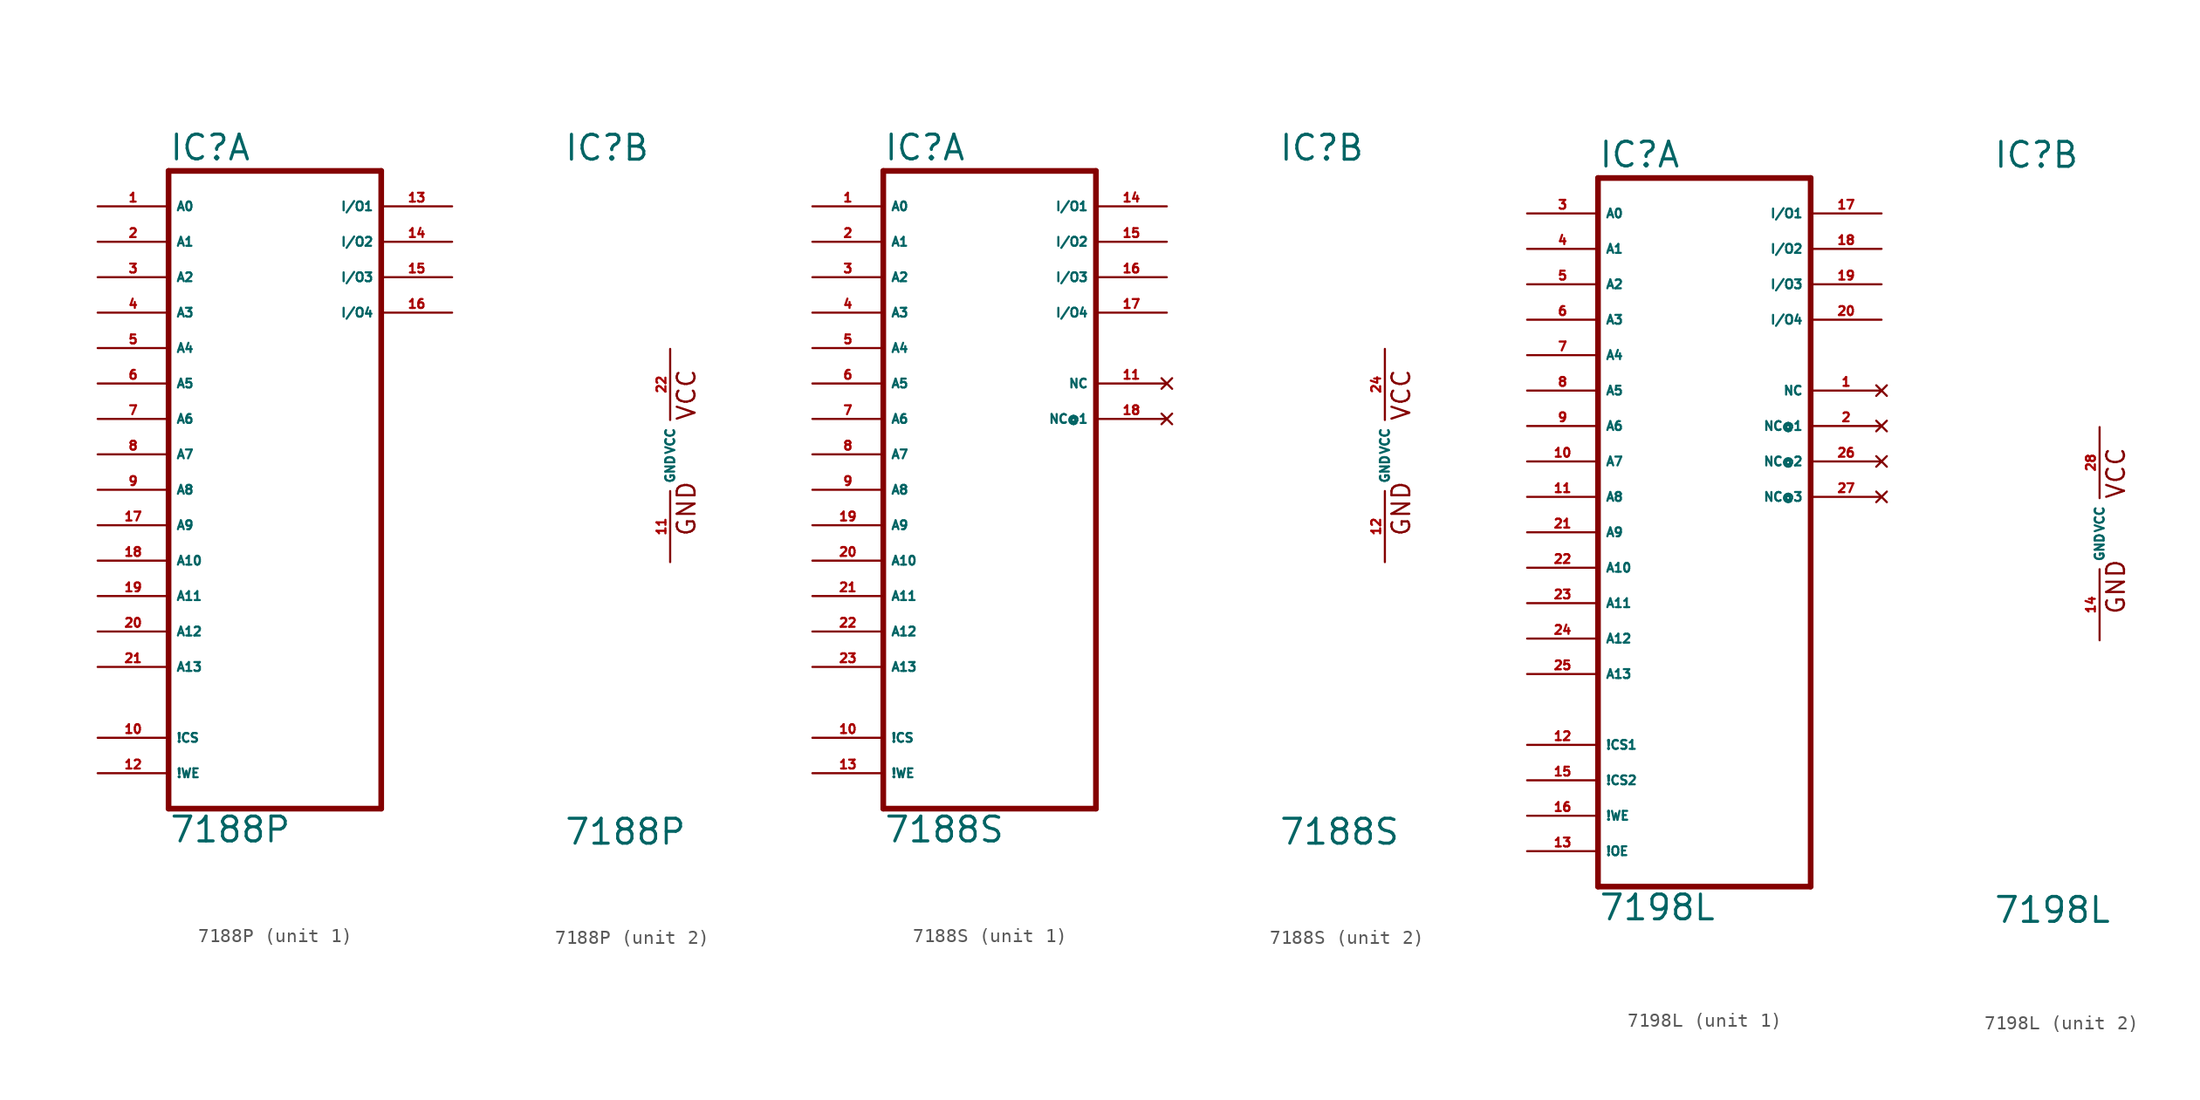
<source format=kicad_sym>
(kicad_symbol_lib
  (version 20220914)
  (generator Eagle2Kicad)
  (symbol "7188P"
    (property "Reference" "IC"
      (at -7.62 20.955 0)
      (effects (font (size 1.778 1.778) (thickness 0.22)) (justify left bottom)))
    (property "Value" "7188P"
      (at -7.62 -27.94 0)
      (effects (font (size 1.778 1.778) (thickness 0.22)) (justify left bottom)))
    (symbol "7188P_1_0"
      (polyline (pts (xy -7.62 -25.4) (xy 7.62 -25.4)) (stroke (width 0.406) (type default)) (fill (type none)))
      (polyline (pts (xy 7.62 -25.4) (xy 7.62 20.32)) (stroke (width 0.406) (type default)) (fill (type none)))
      (polyline (pts (xy 7.62 20.32) (xy -7.62 20.32)) (stroke (width 0.406) (type default)) (fill (type none)))
      (polyline (pts (xy -7.62 20.32) (xy -7.62 -25.4)) (stroke (width 0.406) (type default)) (fill (type none)))
      (pin input line (at -12.7 17.78 0) (length 5.08) (name "A0" (effects (font (size 0.635 0.635) (thickness 0.08)) (justify left bottom))) (number "1" (effects (font (size 0.635 0.635) (thickness 0.08)) (justify left bottom))))
      (pin input line (at -12.7 15.24 0) (length 5.08) (name "A1" (effects (font (size 0.635 0.635) (thickness 0.08)) (justify left bottom))) (number "2" (effects (font (size 0.635 0.635) (thickness 0.08)) (justify left bottom))))
      (pin input line (at -12.7 12.7 0) (length 5.08) (name "A2" (effects (font (size 0.635 0.635) (thickness 0.08)) (justify left bottom))) (number "3" (effects (font (size 0.635 0.635) (thickness 0.08)) (justify left bottom))))
      (pin input line (at -12.7 10.16 0) (length 5.08) (name "A3" (effects (font (size 0.635 0.635) (thickness 0.08)) (justify left bottom))) (number "4" (effects (font (size 0.635 0.635) (thickness 0.08)) (justify left bottom))))
      (pin input line (at -12.7 7.62 0) (length 5.08) (name "A4" (effects (font (size 0.635 0.635) (thickness 0.08)) (justify left bottom))) (number "5" (effects (font (size 0.635 0.635) (thickness 0.08)) (justify left bottom))))
      (pin input line (at -12.7 5.08 0) (length 5.08) (name "A5" (effects (font (size 0.635 0.635) (thickness 0.08)) (justify left bottom))) (number "6" (effects (font (size 0.635 0.635) (thickness 0.08)) (justify left bottom))))
      (pin input line (at -12.7 2.54 0) (length 5.08) (name "A6" (effects (font (size 0.635 0.635) (thickness 0.08)) (justify left bottom))) (number "7" (effects (font (size 0.635 0.635) (thickness 0.08)) (justify left bottom))))
      (pin input line (at -12.7 0 0) (length 5.08) (name "A7" (effects (font (size 0.635 0.635) (thickness 0.08)) (justify left bottom))) (number "8" (effects (font (size 0.635 0.635) (thickness 0.08)) (justify left bottom))))
      (pin input line (at -12.7 -2.54 0) (length 5.08) (name "A8" (effects (font (size 0.635 0.635) (thickness 0.08)) (justify left bottom))) (number "9" (effects (font (size 0.635 0.635) (thickness 0.08)) (justify left bottom))))
      (pin input line (at -12.7 -5.08 0) (length 5.08) (name "A9" (effects (font (size 0.635 0.635) (thickness 0.08)) (justify left bottom))) (number "17" (effects (font (size 0.635 0.635) (thickness 0.08)) (justify left bottom))))
      (pin input line (at -12.7 -7.62 0) (length 5.08) (name "A10" (effects (font (size 0.635 0.635) (thickness 0.08)) (justify left bottom))) (number "18" (effects (font (size 0.635 0.635) (thickness 0.08)) (justify left bottom))))
      (pin input line (at -12.7 -10.16 0) (length 5.08) (name "A11" (effects (font (size 0.635 0.635) (thickness 0.08)) (justify left bottom))) (number "19" (effects (font (size 0.635 0.635) (thickness 0.08)) (justify left bottom))))
      (pin input line (at -12.7 -12.7 0) (length 5.08) (name "A12" (effects (font (size 0.635 0.635) (thickness 0.08)) (justify left bottom))) (number "20" (effects (font (size 0.635 0.635) (thickness 0.08)) (justify left bottom))))
      (pin input line (at -12.7 -15.24 0) (length 5.08) (name "A13" (effects (font (size 0.635 0.635) (thickness 0.08)) (justify left bottom))) (number "21" (effects (font (size 0.635 0.635) (thickness 0.08)) (justify left bottom))))
      (pin input line (at -12.7 -20.32 0) (length 5.08) (name "!CS" (effects (font (size 0.635 0.635) (thickness 0.08)) (justify left bottom))) (number "10" (effects (font (size 0.635 0.635) (thickness 0.08)) (justify left bottom))))
      (pin input line (at -12.7 -22.86 0) (length 5.08) (name "!WE" (effects (font (size 0.635 0.635) (thickness 0.08)) (justify left bottom))) (number "12" (effects (font (size 0.635 0.635) (thickness 0.08)) (justify left bottom))))
      (pin bidirectional line (at 12.7 17.78 180) (length 5.08) (name "I/O1" (effects (font (size 0.635 0.635) (thickness 0.08)) (justify left bottom))) (number "13" (effects (font (size 0.635 0.635) (thickness 0.08)) (justify left bottom))))
      (pin bidirectional line (at 12.7 15.24 180) (length 5.08) (name "I/O2" (effects (font (size 0.635 0.635) (thickness 0.08)) (justify left bottom))) (number "14" (effects (font (size 0.635 0.635) (thickness 0.08)) (justify left bottom))))
      (pin bidirectional line (at 12.7 12.7 180) (length 5.08) (name "I/O3" (effects (font (size 0.635 0.635) (thickness 0.08)) (justify left bottom))) (number "15" (effects (font (size 0.635 0.635) (thickness 0.08)) (justify left bottom))))
      (pin bidirectional line (at 12.7 10.16 180) (length 5.08) (name "I/O4" (effects (font (size 0.635 0.635) (thickness 0.08)) (justify left bottom))) (number "16" (effects (font (size 0.635 0.635) (thickness 0.08)) (justify left bottom)))))
    (symbol "7188P_2_0"
      (text "GND" (at 1.905 -5.842 900) (effects (font (size 1.27 1.27) (thickness 0.16)) (justify left bottom)))
      (text "VCC" (at 1.905 2.413 900) (effects (font (size 1.27 1.27) (thickness 0.16)) (justify left bottom)))
      (pin unspecified line (at 0 7.62 270) (length 5.08) (name "VCC" (effects (font (size 0.635 0.635) (thickness 0.08)) (justify left bottom))) (number "22" (effects (font (size 0.635 0.635) (thickness 0.08)) (justify left bottom))))
      (pin unspecified line (at 0 -7.62 90) (length 5.08) (name "GND" (effects (font (size 0.635 0.635) (thickness 0.08)) (justify left bottom))) (number "11" (effects (font (size 0.635 0.635) (thickness 0.08)) (justify left bottom))))))
  (symbol "7188S"
    (property "Reference" "IC"
      (at -7.62 20.955 0)
      (effects (font (size 1.778 1.778) (thickness 0.22)) (justify left bottom)))
    (property "Value" "7188S"
      (at -7.62 -27.94 0)
      (effects (font (size 1.778 1.778) (thickness 0.22)) (justify left bottom)))
    (symbol "7188S_1_0"
      (polyline (pts (xy -7.62 -25.4) (xy 7.62 -25.4)) (stroke (width 0.406) (type default)) (fill (type none)))
      (polyline (pts (xy 7.62 -25.4) (xy 7.62 20.32)) (stroke (width 0.406) (type default)) (fill (type none)))
      (polyline (pts (xy 7.62 20.32) (xy -7.62 20.32)) (stroke (width 0.406) (type default)) (fill (type none)))
      (polyline (pts (xy -7.62 20.32) (xy -7.62 -25.4)) (stroke (width 0.406) (type default)) (fill (type none)))
      (pin input line (at -12.7 17.78 0) (length 5.08) (name "A0" (effects (font (size 0.635 0.635) (thickness 0.08)) (justify left bottom))) (number "1" (effects (font (size 0.635 0.635) (thickness 0.08)) (justify left bottom))))
      (pin input line (at -12.7 15.24 0) (length 5.08) (name "A1" (effects (font (size 0.635 0.635) (thickness 0.08)) (justify left bottom))) (number "2" (effects (font (size 0.635 0.635) (thickness 0.08)) (justify left bottom))))
      (pin input line (at -12.7 12.7 0) (length 5.08) (name "A2" (effects (font (size 0.635 0.635) (thickness 0.08)) (justify left bottom))) (number "3" (effects (font (size 0.635 0.635) (thickness 0.08)) (justify left bottom))))
      (pin input line (at -12.7 10.16 0) (length 5.08) (name "A3" (effects (font (size 0.635 0.635) (thickness 0.08)) (justify left bottom))) (number "4" (effects (font (size 0.635 0.635) (thickness 0.08)) (justify left bottom))))
      (pin input line (at -12.7 7.62 0) (length 5.08) (name "A4" (effects (font (size 0.635 0.635) (thickness 0.08)) (justify left bottom))) (number "5" (effects (font (size 0.635 0.635) (thickness 0.08)) (justify left bottom))))
      (pin input line (at -12.7 5.08 0) (length 5.08) (name "A5" (effects (font (size 0.635 0.635) (thickness 0.08)) (justify left bottom))) (number "6" (effects (font (size 0.635 0.635) (thickness 0.08)) (justify left bottom))))
      (pin input line (at -12.7 2.54 0) (length 5.08) (name "A6" (effects (font (size 0.635 0.635) (thickness 0.08)) (justify left bottom))) (number "7" (effects (font (size 0.635 0.635) (thickness 0.08)) (justify left bottom))))
      (pin input line (at -12.7 0 0) (length 5.08) (name "A7" (effects (font (size 0.635 0.635) (thickness 0.08)) (justify left bottom))) (number "8" (effects (font (size 0.635 0.635) (thickness 0.08)) (justify left bottom))))
      (pin input line (at -12.7 -2.54 0) (length 5.08) (name "A8" (effects (font (size 0.635 0.635) (thickness 0.08)) (justify left bottom))) (number "9" (effects (font (size 0.635 0.635) (thickness 0.08)) (justify left bottom))))
      (pin input line (at -12.7 -5.08 0) (length 5.08) (name "A9" (effects (font (size 0.635 0.635) (thickness 0.08)) (justify left bottom))) (number "19" (effects (font (size 0.635 0.635) (thickness 0.08)) (justify left bottom))))
      (pin input line (at -12.7 -7.62 0) (length 5.08) (name "A10" (effects (font (size 0.635 0.635) (thickness 0.08)) (justify left bottom))) (number "20" (effects (font (size 0.635 0.635) (thickness 0.08)) (justify left bottom))))
      (pin input line (at -12.7 -10.16 0) (length 5.08) (name "A11" (effects (font (size 0.635 0.635) (thickness 0.08)) (justify left bottom))) (number "21" (effects (font (size 0.635 0.635) (thickness 0.08)) (justify left bottom))))
      (pin input line (at -12.7 -12.7 0) (length 5.08) (name "A12" (effects (font (size 0.635 0.635) (thickness 0.08)) (justify left bottom))) (number "22" (effects (font (size 0.635 0.635) (thickness 0.08)) (justify left bottom))))
      (pin input line (at -12.7 -15.24 0) (length 5.08) (name "A13" (effects (font (size 0.635 0.635) (thickness 0.08)) (justify left bottom))) (number "23" (effects (font (size 0.635 0.635) (thickness 0.08)) (justify left bottom))))
      (pin input line (at -12.7 -20.32 0) (length 5.08) (name "!CS" (effects (font (size 0.635 0.635) (thickness 0.08)) (justify left bottom))) (number "10" (effects (font (size 0.635 0.635) (thickness 0.08)) (justify left bottom))))
      (pin input line (at -12.7 -22.86 0) (length 5.08) (name "!WE" (effects (font (size 0.635 0.635) (thickness 0.08)) (justify left bottom))) (number "13" (effects (font (size 0.635 0.635) (thickness 0.08)) (justify left bottom))))
      (pin bidirectional line (at 12.7 17.78 180) (length 5.08) (name "I/O1" (effects (font (size 0.635 0.635) (thickness 0.08)) (justify left bottom))) (number "14" (effects (font (size 0.635 0.635) (thickness 0.08)) (justify left bottom))))
      (pin bidirectional line (at 12.7 15.24 180) (length 5.08) (name "I/O2" (effects (font (size 0.635 0.635) (thickness 0.08)) (justify left bottom))) (number "15" (effects (font (size 0.635 0.635) (thickness 0.08)) (justify left bottom))))
      (pin bidirectional line (at 12.7 12.7 180) (length 5.08) (name "I/O3" (effects (font (size 0.635 0.635) (thickness 0.08)) (justify left bottom))) (number "16" (effects (font (size 0.635 0.635) (thickness 0.08)) (justify left bottom))))
      (pin bidirectional line (at 12.7 10.16 180) (length 5.08) (name "I/O4" (effects (font (size 0.635 0.635) (thickness 0.08)) (justify left bottom))) (number "17" (effects (font (size 0.635 0.635) (thickness 0.08)) (justify left bottom))))
      (pin no_connect line (at 12.7 5.08 180) (length 5.08) (name "NC" (effects (font (size 0.635 0.635) (thickness 0.08)) (justify left bottom) hide)) (number "11" (effects (font (size 0.635 0.635) (thickness 0.08)) (justify left bottom) hide)))
      (pin no_connect line (at 12.7 2.54 180) (length 5.08) (name "NC@1" (effects (font (size 0.635 0.635) (thickness 0.08)) (justify left bottom) hide)) (number "18" (effects (font (size 0.635 0.635) (thickness 0.08)) (justify left bottom) hide))))
    (symbol "7188S_2_0"
      (text "GND" (at 1.905 -5.842 900) (effects (font (size 1.27 1.27) (thickness 0.16)) (justify left bottom)))
      (text "VCC" (at 1.905 2.413 900) (effects (font (size 1.27 1.27) (thickness 0.16)) (justify left bottom)))
      (pin unspecified line (at 0 7.62 270) (length 5.08) (name "VCC" (effects (font (size 0.635 0.635) (thickness 0.08)) (justify left bottom))) (number "24" (effects (font (size 0.635 0.635) (thickness 0.08)) (justify left bottom))))
      (pin unspecified line (at 0 -7.62 90) (length 5.08) (name "GND" (effects (font (size 0.635 0.635) (thickness 0.08)) (justify left bottom))) (number "12" (effects (font (size 0.635 0.635) (thickness 0.08)) (justify left bottom))))))
  (symbol "7198L"
    (property "Reference" "IC"
      (at -7.62 26.035 0)
      (effects (font (size 1.778 1.778) (thickness 0.22)) (justify left bottom)))
    (property "Value" "7198L"
      (at -7.62 -27.94 0)
      (effects (font (size 1.778 1.778) (thickness 0.22)) (justify left bottom)))
    (symbol "7198L_1_0"
      (polyline (pts (xy -7.62 -25.4) (xy 7.62 -25.4)) (stroke (width 0.406) (type default)) (fill (type none)))
      (polyline (pts (xy 7.62 -25.4) (xy 7.62 25.4)) (stroke (width 0.406) (type default)) (fill (type none)))
      (polyline (pts (xy 7.62 25.4) (xy -7.62 25.4)) (stroke (width 0.406) (type default)) (fill (type none)))
      (polyline (pts (xy -7.62 25.4) (xy -7.62 -25.4)) (stroke (width 0.406) (type default)) (fill (type none)))
      (pin input line (at -12.7 22.86 0) (length 5.08) (name "A0" (effects (font (size 0.635 0.635) (thickness 0.08)) (justify left bottom))) (number "3" (effects (font (size 0.635 0.635) (thickness 0.08)) (justify left bottom))))
      (pin input line (at -12.7 20.32 0) (length 5.08) (name "A1" (effects (font (size 0.635 0.635) (thickness 0.08)) (justify left bottom))) (number "4" (effects (font (size 0.635 0.635) (thickness 0.08)) (justify left bottom))))
      (pin input line (at -12.7 17.78 0) (length 5.08) (name "A2" (effects (font (size 0.635 0.635) (thickness 0.08)) (justify left bottom))) (number "5" (effects (font (size 0.635 0.635) (thickness 0.08)) (justify left bottom))))
      (pin input line (at -12.7 15.24 0) (length 5.08) (name "A3" (effects (font (size 0.635 0.635) (thickness 0.08)) (justify left bottom))) (number "6" (effects (font (size 0.635 0.635) (thickness 0.08)) (justify left bottom))))
      (pin input line (at -12.7 12.7 0) (length 5.08) (name "A4" (effects (font (size 0.635 0.635) (thickness 0.08)) (justify left bottom))) (number "7" (effects (font (size 0.635 0.635) (thickness 0.08)) (justify left bottom))))
      (pin input line (at -12.7 10.16 0) (length 5.08) (name "A5" (effects (font (size 0.635 0.635) (thickness 0.08)) (justify left bottom))) (number "8" (effects (font (size 0.635 0.635) (thickness 0.08)) (justify left bottom))))
      (pin input line (at -12.7 7.62 0) (length 5.08) (name "A6" (effects (font (size 0.635 0.635) (thickness 0.08)) (justify left bottom))) (number "9" (effects (font (size 0.635 0.635) (thickness 0.08)) (justify left bottom))))
      (pin input line (at -12.7 5.08 0) (length 5.08) (name "A7" (effects (font (size 0.635 0.635) (thickness 0.08)) (justify left bottom))) (number "10" (effects (font (size 0.635 0.635) (thickness 0.08)) (justify left bottom))))
      (pin input line (at -12.7 2.54 0) (length 5.08) (name "A8" (effects (font (size 0.635 0.635) (thickness 0.08)) (justify left bottom))) (number "11" (effects (font (size 0.635 0.635) (thickness 0.08)) (justify left bottom))))
      (pin input line (at -12.7 0 0) (length 5.08) (name "A9" (effects (font (size 0.635 0.635) (thickness 0.08)) (justify left bottom))) (number "21" (effects (font (size 0.635 0.635) (thickness 0.08)) (justify left bottom))))
      (pin input line (at -12.7 -2.54 0) (length 5.08) (name "A10" (effects (font (size 0.635 0.635) (thickness 0.08)) (justify left bottom))) (number "22" (effects (font (size 0.635 0.635) (thickness 0.08)) (justify left bottom))))
      (pin input line (at -12.7 -5.08 0) (length 5.08) (name "A11" (effects (font (size 0.635 0.635) (thickness 0.08)) (justify left bottom))) (number "23" (effects (font (size 0.635 0.635) (thickness 0.08)) (justify left bottom))))
      (pin input line (at -12.7 -7.62 0) (length 5.08) (name "A12" (effects (font (size 0.635 0.635) (thickness 0.08)) (justify left bottom))) (number "24" (effects (font (size 0.635 0.635) (thickness 0.08)) (justify left bottom))))
      (pin input line (at -12.7 -10.16 0) (length 5.08) (name "A13" (effects (font (size 0.635 0.635) (thickness 0.08)) (justify left bottom))) (number "25" (effects (font (size 0.635 0.635) (thickness 0.08)) (justify left bottom))))
      (pin input line (at -12.7 -17.78 0) (length 5.08) (name "!CS2" (effects (font (size 0.635 0.635) (thickness 0.08)) (justify left bottom))) (number "15" (effects (font (size 0.635 0.635) (thickness 0.08)) (justify left bottom))))
      (pin input line (at -12.7 -20.32 0) (length 5.08) (name "!WE" (effects (font (size 0.635 0.635) (thickness 0.08)) (justify left bottom))) (number "16" (effects (font (size 0.635 0.635) (thickness 0.08)) (justify left bottom))))
      (pin bidirectional line (at 12.7 22.86 180) (length 5.08) (name "I/O1" (effects (font (size 0.635 0.635) (thickness 0.08)) (justify left bottom))) (number "17" (effects (font (size 0.635 0.635) (thickness 0.08)) (justify left bottom))))
      (pin bidirectional line (at 12.7 20.32 180) (length 5.08) (name "I/O2" (effects (font (size 0.635 0.635) (thickness 0.08)) (justify left bottom))) (number "18" (effects (font (size 0.635 0.635) (thickness 0.08)) (justify left bottom))))
      (pin bidirectional line (at 12.7 17.78 180) (length 5.08) (name "I/O3" (effects (font (size 0.635 0.635) (thickness 0.08)) (justify left bottom))) (number "19" (effects (font (size 0.635 0.635) (thickness 0.08)) (justify left bottom))))
      (pin bidirectional line (at 12.7 15.24 180) (length 5.08) (name "I/O4" (effects (font (size 0.635 0.635) (thickness 0.08)) (justify left bottom))) (number "20" (effects (font (size 0.635 0.635) (thickness 0.08)) (justify left bottom))))
      (pin input line (at -12.7 -15.24 0) (length 5.08) (name "!CS1" (effects (font (size 0.635 0.635) (thickness 0.08)) (justify left bottom))) (number "12" (effects (font (size 0.635 0.635) (thickness 0.08)) (justify left bottom))))
      (pin input line (at -12.7 -22.86 0) (length 5.08) (name "!OE" (effects (font (size 0.635 0.635) (thickness 0.08)) (justify left bottom))) (number "13" (effects (font (size 0.635 0.635) (thickness 0.08)) (justify left bottom))))
      (pin no_connect line (at 12.7 10.16 180) (length 5.08) (name "NC" (effects (font (size 0.635 0.635) (thickness 0.08)) (justify left bottom) hide)) (number "1" (effects (font (size 0.635 0.635) (thickness 0.08)) (justify left bottom) hide)))
      (pin no_connect line (at 12.7 7.62 180) (length 5.08) (name "NC@1" (effects (font (size 0.635 0.635) (thickness 0.08)) (justify left bottom) hide)) (number "2" (effects (font (size 0.635 0.635) (thickness 0.08)) (justify left bottom) hide)))
      (pin no_connect line (at 12.7 5.08 180) (length 5.08) (name "NC@2" (effects (font (size 0.635 0.635) (thickness 0.08)) (justify left bottom) hide)) (number "26" (effects (font (size 0.635 0.635) (thickness 0.08)) (justify left bottom) hide)))
      (pin no_connect line (at 12.7 2.54 180) (length 5.08) (name "NC@3" (effects (font (size 0.635 0.635) (thickness 0.08)) (justify left bottom) hide)) (number "27" (effects (font (size 0.635 0.635) (thickness 0.08)) (justify left bottom) hide))))
    (symbol "7198L_2_0"
      (text "GND" (at 1.905 -5.842 900) (effects (font (size 1.27 1.27) (thickness 0.16)) (justify left bottom)))
      (text "VCC" (at 1.905 2.413 900) (effects (font (size 1.27 1.27) (thickness 0.16)) (justify left bottom)))
      (pin unspecified line (at 0 7.62 270) (length 5.08) (name "VCC" (effects (font (size 0.635 0.635) (thickness 0.08)) (justify left bottom))) (number "28" (effects (font (size 0.635 0.635) (thickness 0.08)) (justify left bottom))))
      (pin unspecified line (at 0 -7.62 90) (length 5.08) (name "GND" (effects (font (size 0.635 0.635) (thickness 0.08)) (justify left bottom))) (number "14" (effects (font (size 0.635 0.635) (thickness 0.08)) (justify left bottom)))))))
</source>
